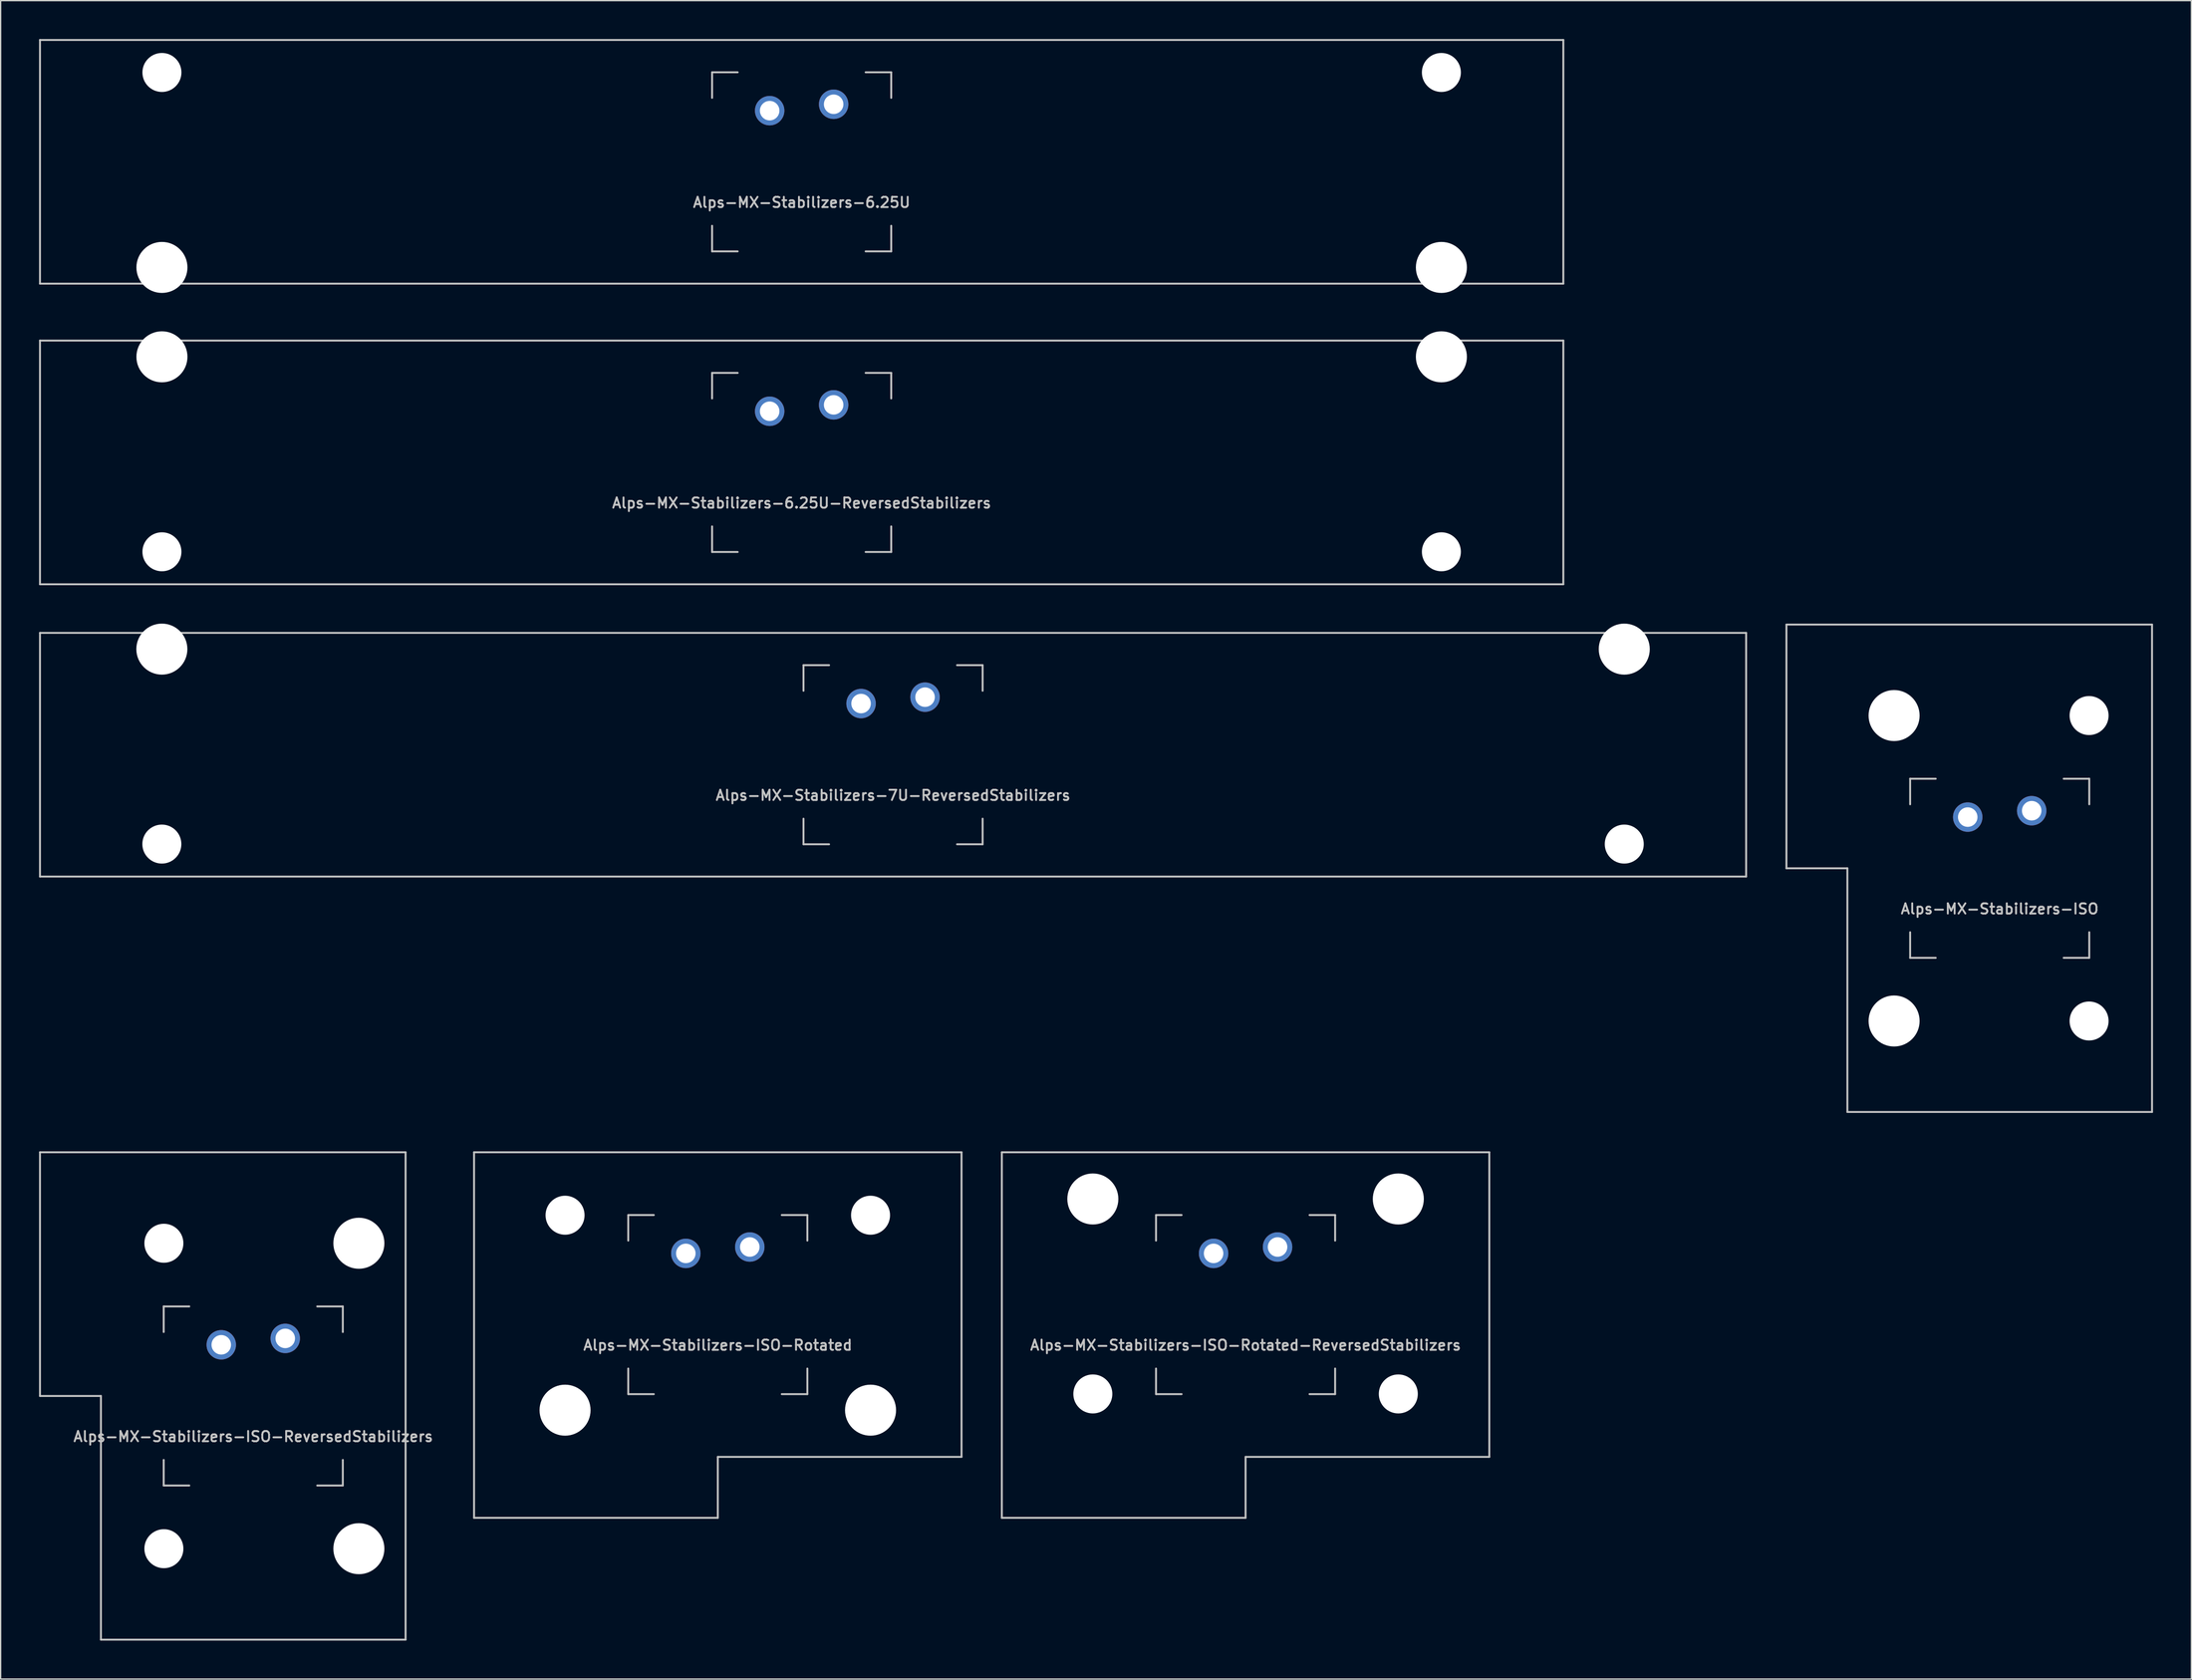
<source format=kicad_pcb>
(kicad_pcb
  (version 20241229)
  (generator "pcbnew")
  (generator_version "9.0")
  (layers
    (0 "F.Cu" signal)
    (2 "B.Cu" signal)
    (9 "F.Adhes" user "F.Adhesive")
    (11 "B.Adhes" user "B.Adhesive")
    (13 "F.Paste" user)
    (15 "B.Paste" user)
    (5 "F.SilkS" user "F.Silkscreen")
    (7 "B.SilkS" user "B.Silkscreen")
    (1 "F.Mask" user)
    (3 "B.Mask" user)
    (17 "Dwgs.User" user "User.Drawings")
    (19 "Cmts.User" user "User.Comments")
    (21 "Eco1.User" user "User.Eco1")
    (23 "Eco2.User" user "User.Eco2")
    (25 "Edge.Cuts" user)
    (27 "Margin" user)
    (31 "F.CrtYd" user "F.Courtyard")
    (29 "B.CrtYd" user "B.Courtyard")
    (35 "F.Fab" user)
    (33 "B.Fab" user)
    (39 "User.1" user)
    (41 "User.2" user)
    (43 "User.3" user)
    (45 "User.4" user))
  (footprint "Alps-MX-Stabilizers-ISO-Rotated-ReversedStabilizers"
    (layer "F.Cu")
    (at 94.302 98.929)
    (property "Reference" "Alps-MX-Stabilizers-ISO-Rotated-ReversedStabilizers" (at 0 3.175 0) (layer "Dwgs.User") (effects (font (size 0.8 0.8) (thickness 0.15))))
    (attr through_hole)
    (fp_line (start -19.05 -11.906) (end 19.05 -11.906) (stroke (width 0.15) (type solid)) (layer "Dwgs.User"))
    (fp_line (start -19.05 16.669) (end -19.05 -11.906) (stroke (width 0.15) (type solid)) (layer "Dwgs.User"))
    (fp_line (start -19.05 16.669) (end 0 16.669) (stroke (width 0.15) (type solid)) (layer "Dwgs.User"))
    (fp_line (start -7 -7) (end -7 -5) (stroke (width 0.15) (type solid)) (layer "Dwgs.User"))
    (fp_line (start -7 5) (end -7 7) (stroke (width 0.15) (type solid)) (layer "Dwgs.User"))
    (fp_line (start -7 7) (end -5 7) (stroke (width 0.15) (type solid)) (layer "Dwgs.User"))
    (fp_line (start -5 -7) (end -7 -7) (stroke (width 0.15) (type solid)) (layer "Dwgs.User"))
    (fp_line (start 0 11.906) (end 0 16.669) (stroke (width 0.15) (type solid)) (layer "Dwgs.User"))
    (fp_line (start 5 -7) (end 7 -7) (stroke (width 0.15) (type solid)) (layer "Dwgs.User"))
    (fp_line (start 5 7) (end 7 7) (stroke (width 0.15) (type solid)) (layer "Dwgs.User"))
    (fp_line (start 7 -7) (end 7 -5) (stroke (width 0.15) (type solid)) (layer "Dwgs.User"))
    (fp_line (start 7 7) (end 7 5) (stroke (width 0.15) (type solid)) (layer "Dwgs.User"))
    (fp_line (start 19.05 11.906) (end 0 11.906) (stroke (width 0.15) (type solid)) (layer "Dwgs.User"))
    (fp_line (start 19.05 11.906) (end 19.05 -11.906) (stroke (width 0.15) (type solid)) (layer "Dwgs.User"))
    (pad "" np_thru_hole circle (at -11.938 -8.255) (size 3.988 3.988) (drill 3.988) (layers "*.Cu" "*.Mask"))
    (pad "" np_thru_hole circle (at -11.938 6.985) (size 3.048 3.048) (drill 3.048) (layers "*.Cu" "*.Mask"))
    (pad "" np_thru_hole circle (at 11.938 -8.255) (size 3.988 3.988) (drill 3.988) (layers "*.Cu" "*.Mask"))
    (pad "" np_thru_hole circle (at 11.938 6.985) (size 3.048 3.048) (drill 3.048) (layers "*.Cu" "*.Mask"))
    (pad "1" thru_hole circle (at -2.5 -4) (size 2.3 2.3) (drill 1.524) (layers "*.Cu" "B.Mask"))
    (pad "2" thru_hole circle (at 2.5 -4.5) (size 2.3 2.3) (drill 1.524) (layers "*.Cu" "B.Mask")))
  (footprint "Alps-MX-Stabilizers-ISO"
    (layer "F.Cu")
    (at 153.244 64.823)
    (property "Reference" "Alps-MX-Stabilizers-ISO" (at 0 3.175 0) (layer "Dwgs.User") (effects (font (size 0.8 0.8) (thickness 0.15))))
    (attr through_hole)
    (fp_line (start -16.669 -19.05) (end -16.669 0) (stroke (width 0.15) (type solid)) (layer "Dwgs.User"))
    (fp_line (start -16.669 -19.05) (end 11.906 -19.05) (stroke (width 0.15) (type solid)) (layer "Dwgs.User"))
    (fp_line (start -11.906 0) (end -16.669 0) (stroke (width 0.15) (type solid)) (layer "Dwgs.User"))
    (fp_line (start -11.906 19.05) (end -11.906 0) (stroke (width 0.15) (type solid)) (layer "Dwgs.User"))
    (fp_line (start -11.906 19.05) (end 11.906 19.05) (stroke (width 0.15) (type solid)) (layer "Dwgs.User"))
    (fp_line (start -7 -7) (end -7 -5) (stroke (width 0.15) (type solid)) (layer "Dwgs.User"))
    (fp_line (start -7 5) (end -7 7) (stroke (width 0.15) (type solid)) (layer "Dwgs.User"))
    (fp_line (start -7 7) (end -5 7) (stroke (width 0.15) (type solid)) (layer "Dwgs.User"))
    (fp_line (start -5 -7) (end -7 -7) (stroke (width 0.15) (type solid)) (layer "Dwgs.User"))
    (fp_line (start 5 -7) (end 7 -7) (stroke (width 0.15) (type solid)) (layer "Dwgs.User"))
    (fp_line (start 5 7) (end 7 7) (stroke (width 0.15) (type solid)) (layer "Dwgs.User"))
    (fp_line (start 7 -7) (end 7 -5) (stroke (width 0.15) (type solid)) (layer "Dwgs.User"))
    (fp_line (start 7 7) (end 7 5) (stroke (width 0.15) (type solid)) (layer "Dwgs.User"))
    (fp_line (start 11.906 -19.05) (end 11.906 19.05) (stroke (width 0.15) (type solid)) (layer "Dwgs.User"))
    (pad "" np_thru_hole circle (at -8.255 -11.938) (size 3.988 3.988) (drill 3.988) (layers "*.Cu" "*.Mask"))
    (pad "" np_thru_hole circle (at -8.255 11.938) (size 3.988 3.988) (drill 3.988) (layers "*.Cu" "*.Mask"))
    (pad "" np_thru_hole circle (at 6.985 -11.938) (size 3.048 3.048) (drill 3.048) (layers "*.Cu" "*.Mask"))
    (pad "" np_thru_hole circle (at 6.985 11.938) (size 3.048 3.048) (drill 3.048) (layers "*.Cu" "*.Mask"))
    (pad "1" thru_hole circle (at -2.5 -4) (size 2.3 2.3) (drill 1.524) (layers "*.Cu" "B.Mask"))
    (pad "2" thru_hole circle (at 2.5 -4.5) (size 2.3 2.3) (drill 1.524) (layers "*.Cu" "B.Mask")))
  (footprint "Alps-MX-Stabilizers-7U-ReversedStabilizers"
    (layer "F.Cu")
    (at 66.75 55.947)
    (property "Reference" "Alps-MX-Stabilizers-7U-ReversedStabilizers" (at 0 3.175 0) (layer "Dwgs.User") (effects (font (size 0.8 0.8) (thickness 0.15))))
    (attr through_hole)
    (fp_line (start -66.675 9.525) (end -66.675 -9.525) (stroke (width 0.15) (type solid)) (layer "Dwgs.User"))
    (fp_line (start -7 -7) (end -7 -5) (stroke (width 0.15) (type solid)) (layer "Dwgs.User"))
    (fp_line (start -7 5) (end -7 7) (stroke (width 0.15) (type solid)) (layer "Dwgs.User"))
    (fp_line (start -7 7) (end -5 7) (stroke (width 0.15) (type solid)) (layer "Dwgs.User"))
    (fp_line (start -5 -7) (end -7 -7) (stroke (width 0.15) (type solid)) (layer "Dwgs.User"))
    (fp_line (start 5 -7) (end 7 -7) (stroke (width 0.15) (type solid)) (layer "Dwgs.User"))
    (fp_line (start 5 7) (end 7 7) (stroke (width 0.15) (type solid)) (layer "Dwgs.User"))
    (fp_line (start 7 -7) (end 7 -5) (stroke (width 0.15) (type solid)) (layer "Dwgs.User"))
    (fp_line (start 7 7) (end 7 5) (stroke (width 0.15) (type solid)) (layer "Dwgs.User"))
    (fp_line (start 66.675 -9.525) (end -66.675 -9.525) (stroke (width 0.15) (type solid)) (layer "Dwgs.User"))
    (fp_line (start 66.675 9.525) (end -66.675 9.525) (stroke (width 0.15) (type solid)) (layer "Dwgs.User"))
    (fp_line (start 66.675 9.525) (end 66.675 -9.525) (stroke (width 0.15) (type solid)) (layer "Dwgs.User"))
    (pad "" np_thru_hole circle (at -57.15 -8.255) (size 3.988 3.988) (drill 3.988) (layers "*.Cu" "*.Mask"))
    (pad "" np_thru_hole circle (at -57.15 6.985) (size 3.048 3.048) (drill 3.048) (layers "*.Cu" "*.Mask"))
    (pad "" np_thru_hole circle (at 57.15 -8.255) (size 3.988 3.988) (drill 3.988) (layers "*.Cu" "*.Mask"))
    (pad "" np_thru_hole circle (at 57.15 6.985) (size 3.048 3.048) (drill 3.048) (layers "*.Cu" "*.Mask"))
    (pad "1" thru_hole circle (at -2.5 -4) (size 2.3 2.3) (drill 1.524) (layers "*.Cu" "B.Mask"))
    (pad "2" thru_hole circle (at 2.5 -4.5) (size 2.3 2.3) (drill 1.524) (layers "*.Cu" "B.Mask")))
  (footprint "Alps-MX-Stabilizers-6.25U"
    (layer "F.Cu")
    (at 59.606 9.6)
    (property "Reference" "Alps-MX-Stabilizers-6.25U" (at 0 3.175 0) (layer "Dwgs.User") (effects (font (size 0.8 0.8) (thickness 0.15))))
    (attr through_hole)
    (fp_line (start -59.531 9.525) (end -59.531 -9.525) (stroke (width 0.15) (type solid)) (layer "Dwgs.User"))
    (fp_line (start -7 -7) (end -7 -5) (stroke (width 0.15) (type solid)) (layer "Dwgs.User"))
    (fp_line (start -7 5) (end -7 7) (stroke (width 0.15) (type solid)) (layer "Dwgs.User"))
    (fp_line (start -7 7) (end -5 7) (stroke (width 0.15) (type solid)) (layer "Dwgs.User"))
    (fp_line (start -5 -7) (end -7 -7) (stroke (width 0.15) (type solid)) (layer "Dwgs.User"))
    (fp_line (start 5 -7) (end 7 -7) (stroke (width 0.15) (type solid)) (layer "Dwgs.User"))
    (fp_line (start 5 7) (end 7 7) (stroke (width 0.15) (type solid)) (layer "Dwgs.User"))
    (fp_line (start 7 -7) (end 7 -5) (stroke (width 0.15) (type solid)) (layer "Dwgs.User"))
    (fp_line (start 7 7) (end 7 5) (stroke (width 0.15) (type solid)) (layer "Dwgs.User"))
    (fp_line (start 59.531 -9.525) (end -59.531 -9.525) (stroke (width 0.15) (type solid)) (layer "Dwgs.User"))
    (fp_line (start 59.531 9.525) (end -59.531 9.525) (stroke (width 0.15) (type solid)) (layer "Dwgs.User"))
    (fp_line (start 59.531 9.525) (end 59.531 -9.525) (stroke (width 0.15) (type solid)) (layer "Dwgs.User"))
    (pad "" np_thru_hole circle (at -50 -6.985) (size 3.048 3.048) (drill 3.048) (layers "*.Cu" "*.Mask"))
    (pad "" np_thru_hole circle (at -50 8.255) (size 3.988 3.988) (drill 3.988) (layers "*.Cu" "*.Mask"))
    (pad "" np_thru_hole circle (at 50 -6.985) (size 3.048 3.048) (drill 3.048) (layers "*.Cu" "*.Mask"))
    (pad "" np_thru_hole circle (at 50 8.255) (size 3.988 3.988) (drill 3.988) (layers "*.Cu" "*.Mask"))
    (pad "1" thru_hole circle (at -2.5 -4) (size 2.3 2.3) (drill 1.524) (layers "*.Cu" "B.Mask"))
    (pad "2" thru_hole circle (at 2.5 -4.5) (size 2.3 2.3) (drill 1.524) (layers "*.Cu" "B.Mask")))
  (footprint "Alps-MX-Stabilizers-6.25U-ReversedStabilizers"
    (layer "F.Cu")
    (at 59.606 33.098)
    (property "Reference" "Alps-MX-Stabilizers-6.25U-ReversedStabilizers" (at 0 3.175 0) (layer "Dwgs.User") (effects (font (size 0.8 0.8) (thickness 0.15))))
    (attr through_hole)
    (fp_line (start -59.531 9.525) (end -59.531 -9.525) (stroke (width 0.15) (type solid)) (layer "Dwgs.User"))
    (fp_line (start -7 -7) (end -7 -5) (stroke (width 0.15) (type solid)) (layer "Dwgs.User"))
    (fp_line (start -7 5) (end -7 7) (stroke (width 0.15) (type solid)) (layer "Dwgs.User"))
    (fp_line (start -7 7) (end -5 7) (stroke (width 0.15) (type solid)) (layer "Dwgs.User"))
    (fp_line (start -5 -7) (end -7 -7) (stroke (width 0.15) (type solid)) (layer "Dwgs.User"))
    (fp_line (start 5 -7) (end 7 -7) (stroke (width 0.15) (type solid)) (layer "Dwgs.User"))
    (fp_line (start 5 7) (end 7 7) (stroke (width 0.15) (type solid)) (layer "Dwgs.User"))
    (fp_line (start 7 -7) (end 7 -5) (stroke (width 0.15) (type solid)) (layer "Dwgs.User"))
    (fp_line (start 7 7) (end 7 5) (stroke (width 0.15) (type solid)) (layer "Dwgs.User"))
    (fp_line (start 59.531 -9.525) (end -59.531 -9.525) (stroke (width 0.15) (type solid)) (layer "Dwgs.User"))
    (fp_line (start 59.531 9.525) (end -59.531 9.525) (stroke (width 0.15) (type solid)) (layer "Dwgs.User"))
    (fp_line (start 59.531 9.525) (end 59.531 -9.525) (stroke (width 0.15) (type solid)) (layer "Dwgs.User"))
    (pad "" np_thru_hole circle (at -50 -8.255) (size 3.988 3.988) (drill 3.988) (layers "*.Cu" "*.Mask"))
    (pad "" np_thru_hole circle (at -50 6.985) (size 3.048 3.048) (drill 3.048) (layers "*.Cu" "*.Mask"))
    (pad "" np_thru_hole circle (at 50 -8.255) (size 3.988 3.988) (drill 3.988) (layers "*.Cu" "*.Mask"))
    (pad "" np_thru_hole circle (at 50 6.985) (size 3.048 3.048) (drill 3.048) (layers "*.Cu" "*.Mask"))
    (pad "1" thru_hole circle (at -2.5 -4) (size 2.3 2.3) (drill 1.524) (layers "*.Cu" "B.Mask"))
    (pad "2" thru_hole circle (at 2.5 -4.5) (size 2.3 2.3) (drill 1.524) (layers "*.Cu" "B.Mask")))
  (footprint "Alps-MX-Stabilizers-ISO-Rotated"
    (layer "F.Cu")
    (at 53.052 98.929)
    (property "Reference" "Alps-MX-Stabilizers-ISO-Rotated" (at 0 3.175 0) (layer "Dwgs.User") (effects (font (size 0.8 0.8) (thickness 0.15))))
    (attr through_hole)
    (fp_line (start -19.05 -11.906) (end 19.05 -11.906) (stroke (width 0.15) (type solid)) (layer "Dwgs.User"))
    (fp_line (start -19.05 16.669) (end -19.05 -11.906) (stroke (width 0.15) (type solid)) (layer "Dwgs.User"))
    (fp_line (start -19.05 16.669) (end 0 16.669) (stroke (width 0.15) (type solid)) (layer "Dwgs.User"))
    (fp_line (start -7 -7) (end -7 -5) (stroke (width 0.15) (type solid)) (layer "Dwgs.User"))
    (fp_line (start -7 5) (end -7 7) (stroke (width 0.15) (type solid)) (layer "Dwgs.User"))
    (fp_line (start -7 7) (end -5 7) (stroke (width 0.15) (type solid)) (layer "Dwgs.User"))
    (fp_line (start -5 -7) (end -7 -7) (stroke (width 0.15) (type solid)) (layer "Dwgs.User"))
    (fp_line (start 0 11.906) (end 0 16.669) (stroke (width 0.15) (type solid)) (layer "Dwgs.User"))
    (fp_line (start 5 -7) (end 7 -7) (stroke (width 0.15) (type solid)) (layer "Dwgs.User"))
    (fp_line (start 5 7) (end 7 7) (stroke (width 0.15) (type solid)) (layer "Dwgs.User"))
    (fp_line (start 7 -7) (end 7 -5) (stroke (width 0.15) (type solid)) (layer "Dwgs.User"))
    (fp_line (start 7 7) (end 7 5) (stroke (width 0.15) (type solid)) (layer "Dwgs.User"))
    (fp_line (start 19.05 11.906) (end 0 11.906) (stroke (width 0.15) (type solid)) (layer "Dwgs.User"))
    (fp_line (start 19.05 11.906) (end 19.05 -11.906) (stroke (width 0.15) (type solid)) (layer "Dwgs.User"))
    (pad "" np_thru_hole circle (at -11.938 -6.985) (size 3.048 3.048) (drill 3.048) (layers "*.Cu" "*.Mask"))
    (pad "" np_thru_hole circle (at -11.938 8.255) (size 3.988 3.988) (drill 3.988) (layers "*.Cu" "*.Mask"))
    (pad "" np_thru_hole circle (at 11.938 -6.985) (size 3.048 3.048) (drill 3.048) (layers "*.Cu" "*.Mask"))
    (pad "" np_thru_hole circle (at 11.938 8.255) (size 3.988 3.988) (drill 3.988) (layers "*.Cu" "*.Mask"))
    (pad "1" thru_hole circle (at -2.5 -4) (size 2.3 2.3) (drill 1.524) (layers "*.Cu" "B.Mask"))
    (pad "2" thru_hole circle (at 2.5 -4.5) (size 2.3 2.3) (drill 1.524) (layers "*.Cu" "B.Mask")))
  (footprint "Alps-MX-Stabilizers-ISO-ReversedStabilizers"
    (layer "F.Cu")
    (at 16.744 106.073)
    (property "Reference" "Alps-MX-Stabilizers-ISO-ReversedStabilizers" (at 0 3.175 0) (layer "Dwgs.User") (effects (font (size 0.8 0.8) (thickness 0.15))))
    (attr through_hole)
    (fp_line (start -16.669 -19.05) (end -16.669 0) (stroke (width 0.15) (type solid)) (layer "Dwgs.User"))
    (fp_line (start -16.669 -19.05) (end 11.906 -19.05) (stroke (width 0.15) (type solid)) (layer "Dwgs.User"))
    (fp_line (start -11.906 0) (end -16.669 0) (stroke (width 0.15) (type solid)) (layer "Dwgs.User"))
    (fp_line (start -11.906 19.05) (end -11.906 0) (stroke (width 0.15) (type solid)) (layer "Dwgs.User"))
    (fp_line (start -11.906 19.05) (end 11.906 19.05) (stroke (width 0.15) (type solid)) (layer "Dwgs.User"))
    (fp_line (start -7 -7) (end -7 -5) (stroke (width 0.15) (type solid)) (layer "Dwgs.User"))
    (fp_line (start -7 5) (end -7 7) (stroke (width 0.15) (type solid)) (layer "Dwgs.User"))
    (fp_line (start -7 7) (end -5 7) (stroke (width 0.15) (type solid)) (layer "Dwgs.User"))
    (fp_line (start -5 -7) (end -7 -7) (stroke (width 0.15) (type solid)) (layer "Dwgs.User"))
    (fp_line (start 5 -7) (end 7 -7) (stroke (width 0.15) (type solid)) (layer "Dwgs.User"))
    (fp_line (start 5 7) (end 7 7) (stroke (width 0.15) (type solid)) (layer "Dwgs.User"))
    (fp_line (start 7 -7) (end 7 -5) (stroke (width 0.15) (type solid)) (layer "Dwgs.User"))
    (fp_line (start 7 7) (end 7 5) (stroke (width 0.15) (type solid)) (layer "Dwgs.User"))
    (fp_line (start 11.906 -19.05) (end 11.906 19.05) (stroke (width 0.15) (type solid)) (layer "Dwgs.User"))
    (pad "" np_thru_hole circle (at -6.985 -11.938) (size 3.048 3.048) (drill 3.048) (layers "*.Cu" "*.Mask"))
    (pad "" np_thru_hole circle (at -6.985 11.938) (size 3.048 3.048) (drill 3.048) (layers "*.Cu" "*.Mask"))
    (pad "" np_thru_hole circle (at 8.255 -11.938) (size 3.988 3.988) (drill 3.988) (layers "*.Cu" "*.Mask"))
    (pad "" np_thru_hole circle (at 8.255 11.938) (size 3.988 3.988) (drill 3.988) (layers "*.Cu" "*.Mask"))
    (pad "1" thru_hole circle (at -2.5 -4) (size 2.3 2.3) (drill 1.524) (layers "*.Cu" "B.Mask"))
    (pad "2" thru_hole circle (at 2.5 -4.5) (size 2.3 2.3) (drill 1.524) (layers "*.Cu" "B.Mask")))
  (gr_rect
    (start -3 -3)
    (end 168.225 128.198)
    (stroke (width 0.1) (type default))
    (fill no)
    (layer "Edge.Cuts")))
</source>
